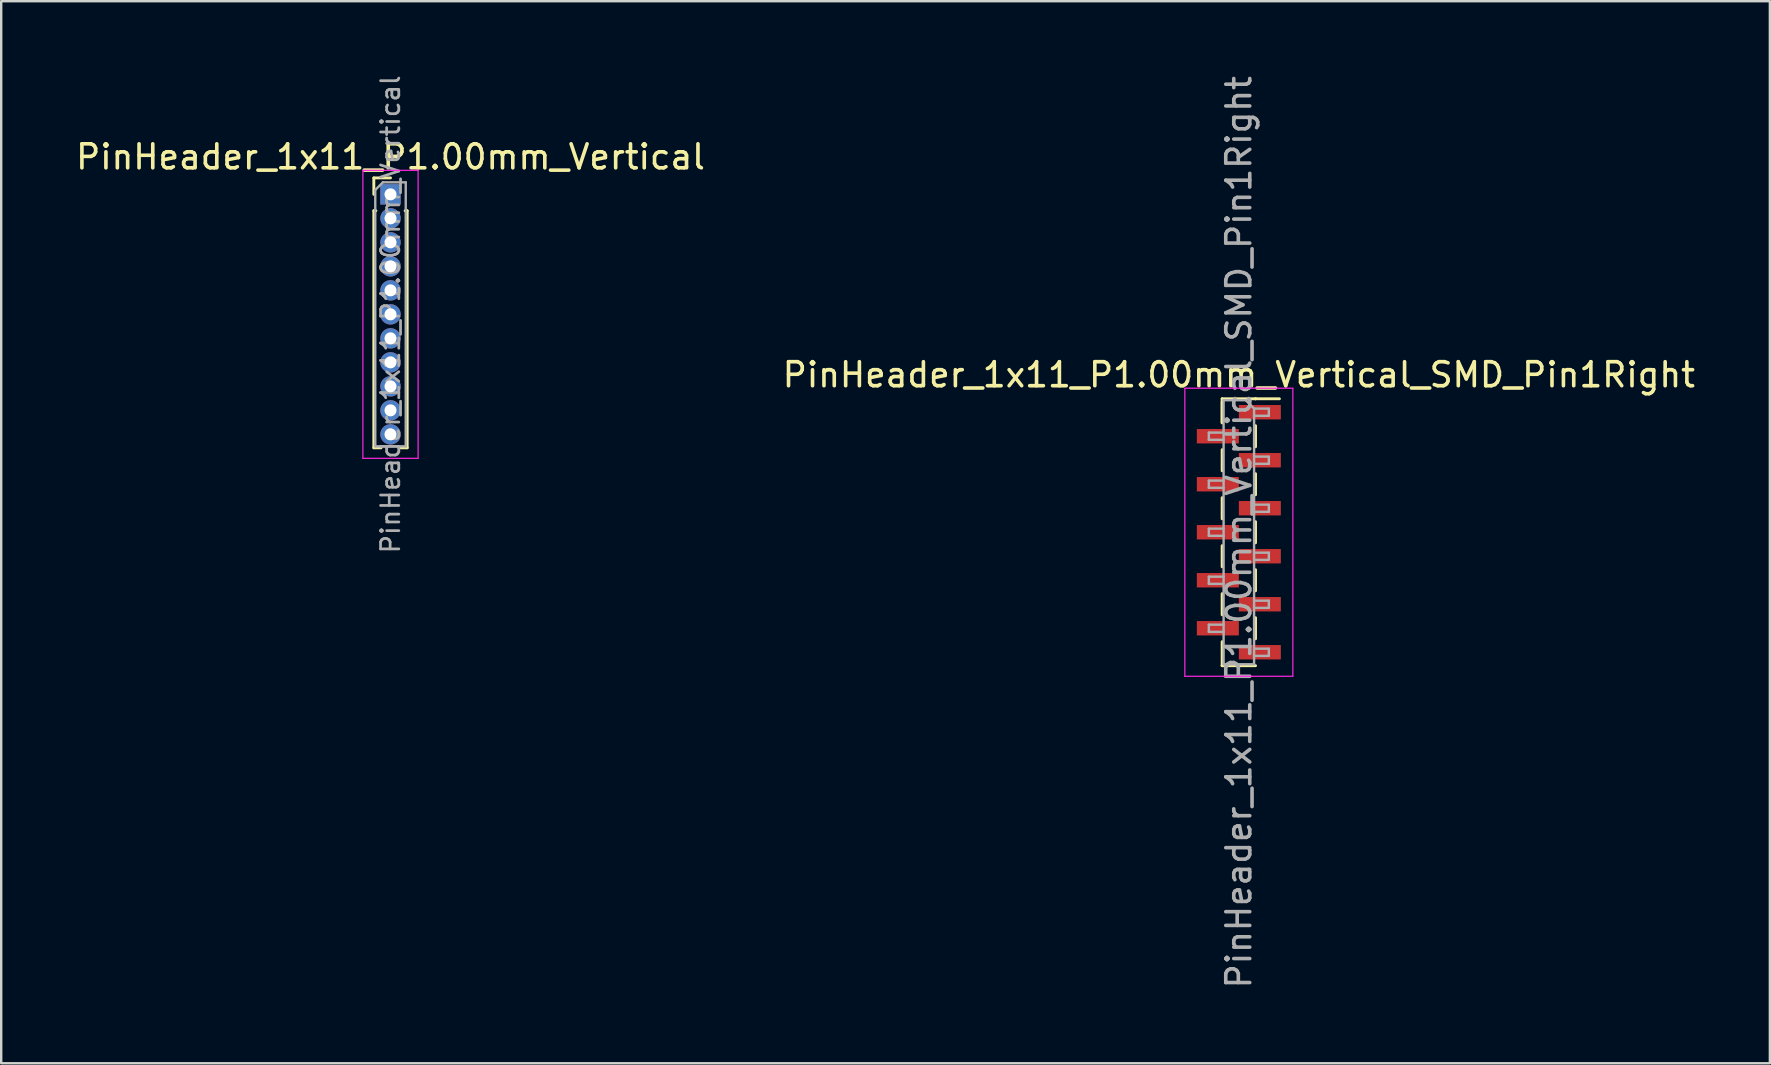
<source format=kicad_pcb>
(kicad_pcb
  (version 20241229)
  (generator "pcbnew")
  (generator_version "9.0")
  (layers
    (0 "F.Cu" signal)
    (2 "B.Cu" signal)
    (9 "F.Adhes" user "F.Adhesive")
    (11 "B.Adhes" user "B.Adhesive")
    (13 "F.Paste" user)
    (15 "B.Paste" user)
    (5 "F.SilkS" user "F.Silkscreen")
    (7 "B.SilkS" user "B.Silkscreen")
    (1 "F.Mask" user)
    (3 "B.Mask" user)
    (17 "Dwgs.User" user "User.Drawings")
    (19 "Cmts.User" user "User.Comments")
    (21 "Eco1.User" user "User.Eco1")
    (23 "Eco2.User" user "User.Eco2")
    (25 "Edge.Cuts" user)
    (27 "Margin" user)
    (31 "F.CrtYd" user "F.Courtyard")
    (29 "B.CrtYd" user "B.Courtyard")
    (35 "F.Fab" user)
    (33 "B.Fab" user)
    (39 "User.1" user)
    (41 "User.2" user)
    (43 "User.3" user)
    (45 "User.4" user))
  (footprint "PinHeader_1x11_P1.00mm_Vertical"
    (layer "F.Cu")
    (at 13.22 5.047)
    (property "Reference" "PinHeader_1x11_P1.00mm_Vertical" (at 0 -1.56 0) (layer "F.SilkS") (effects (font (size 1 1) (thickness 0.15))))
    (attr through_hole)
    (fp_line (start -0.695 -0.685) (end 0 -0.685) (stroke (width 0.12) (type solid)) (layer "F.SilkS"))
    (fp_line (start -0.695 0) (end -0.695 -0.685) (stroke (width 0.12) (type solid)) (layer "F.SilkS"))
    (fp_line (start -0.695 0.685) (end -0.695 10.56) (stroke (width 0.12) (type solid)) (layer "F.SilkS"))
    (fp_line (start -0.695 0.685) (end -0.608 0.685) (stroke (width 0.12) (type solid)) (layer "F.SilkS"))
    (fp_line (start -0.695 10.56) (end -0.394 10.56) (stroke (width 0.12) (type solid)) (layer "F.SilkS"))
    (fp_line (start 0.394 10.56) (end 0.695 10.56) (stroke (width 0.12) (type solid)) (layer "F.SilkS"))
    (fp_line (start 0.608 0.685) (end 0.695 0.685) (stroke (width 0.12) (type solid)) (layer "F.SilkS"))
    (fp_line (start 0.695 0.685) (end 0.695 10.56) (stroke (width 0.12) (type solid)) (layer "F.SilkS"))
    (fp_line (start -1.15 -1) (end -1.15 11) (stroke (width 0.05) (type solid)) (layer "F.CrtYd"))
    (fp_line (start -1.15 11) (end 1.15 11) (stroke (width 0.05) (type solid)) (layer "F.CrtYd"))
    (fp_line (start 1.15 -1) (end -1.15 -1) (stroke (width 0.05) (type solid)) (layer "F.CrtYd"))
    (fp_line (start 1.15 11) (end 1.15 -1) (stroke (width 0.05) (type solid)) (layer "F.CrtYd"))
    (fp_line (start -0.635 -0.182) (end -0.318 -0.5) (stroke (width 0.1) (type solid)) (layer "F.Fab"))
    (fp_line (start -0.635 10.5) (end -0.635 -0.182) (stroke (width 0.1) (type solid)) (layer "F.Fab"))
    (fp_line (start -0.318 -0.5) (end 0.635 -0.5) (stroke (width 0.1) (type solid)) (layer "F.Fab"))
    (fp_line (start 0.635 -0.5) (end 0.635 10.5) (stroke (width 0.1) (type solid)) (layer "F.Fab"))
    (fp_line (start 0.635 10.5) (end -0.635 10.5) (stroke (width 0.1) (type solid)) (layer "F.Fab"))
    (fp_text user "${REFERENCE}" (at 0 5 90) (layer "F.Fab") (effects (font (size 0.76 0.76) (thickness 0.114))))
    (pad "1" thru_hole rect (at 0 0) (size 0.85 0.85) (drill 0.5) (layers "*.Cu" "*.Mask"))
    (pad "2" thru_hole oval (at 0 1) (size 0.85 0.85) (drill 0.5) (layers "*.Cu" "*.Mask"))
    (pad "3" thru_hole oval (at 0 2) (size 0.85 0.85) (drill 0.5) (layers "*.Cu" "*.Mask"))
    (pad "4" thru_hole oval (at 0 3) (size 0.85 0.85) (drill 0.5) (layers "*.Cu" "*.Mask"))
    (pad "5" thru_hole oval (at 0 4) (size 0.85 0.85) (drill 0.5) (layers "*.Cu" "*.Mask"))
    (pad "6" thru_hole oval (at 0 5) (size 0.85 0.85) (drill 0.5) (layers "*.Cu" "*.Mask"))
    (pad "7" thru_hole oval (at 0 6) (size 0.85 0.85) (drill 0.5) (layers "*.Cu" "*.Mask"))
    (pad "8" thru_hole oval (at 0 7) (size 0.85 0.85) (drill 0.5) (layers "*.Cu" "*.Mask"))
    (pad "9" thru_hole oval (at 0 8) (size 0.85 0.85) (drill 0.5) (layers "*.Cu" "*.Mask"))
    (pad "10" thru_hole oval (at 0 9) (size 0.85 0.85) (drill 0.5) (layers "*.Cu" "*.Mask"))
    (pad "11" thru_hole oval (at 0 10) (size 0.85 0.85) (drill 0.5) (layers "*.Cu" "*.Mask")))
  (footprint "PinHeader_1x11_P1.00mm_Vertical_SMD_Pin1Right"
    (layer "F.Cu")
    (at 48.565 19.125)
    (property "Reference" "PinHeader_1x11_P1.00mm_Vertical_SMD_Pin1Right" (at 0 -6.56 0) (layer "F.SilkS") (effects (font (size 1 1) (thickness 0.15))))
    (attr smd)
    (fp_line (start -0.695 -5.56) (end -0.695 -4.56) (stroke (width 0.12) (type solid)) (layer "F.SilkS"))
    (fp_line (start -0.695 -5.56) (end 0.695 -5.56) (stroke (width 0.12) (type solid)) (layer "F.SilkS"))
    (fp_line (start -0.695 -5.44) (end -0.695 -4.56) (stroke (width 0.12) (type solid)) (layer "F.SilkS"))
    (fp_line (start -0.695 -3.44) (end -0.695 -2.56) (stroke (width 0.12) (type solid)) (layer "F.SilkS"))
    (fp_line (start -0.695 -1.44) (end -0.695 -0.56) (stroke (width 0.12) (type solid)) (layer "F.SilkS"))
    (fp_line (start -0.695 0.56) (end -0.695 1.44) (stroke (width 0.12) (type solid)) (layer "F.SilkS"))
    (fp_line (start -0.695 2.56) (end -0.695 3.44) (stroke (width 0.12) (type solid)) (layer "F.SilkS"))
    (fp_line (start -0.695 4.56) (end -0.695 5.56) (stroke (width 0.12) (type solid)) (layer "F.SilkS"))
    (fp_line (start -0.695 5.56) (end -0.695 5.56) (stroke (width 0.12) (type solid)) (layer "F.SilkS"))
    (fp_line (start -0.695 5.56) (end 0.695 5.56) (stroke (width 0.12) (type solid)) (layer "F.SilkS"))
    (fp_line (start 0.695 -5.56) (end 0.695 -5.56) (stroke (width 0.12) (type solid)) (layer "F.SilkS"))
    (fp_line (start 0.695 -5.56) (end 1.69 -5.56) (stroke (width 0.12) (type solid)) (layer "F.SilkS"))
    (fp_line (start 0.695 -4.44) (end 0.695 -3.56) (stroke (width 0.12) (type solid)) (layer "F.SilkS"))
    (fp_line (start 0.695 -2.44) (end 0.695 -1.56) (stroke (width 0.12) (type solid)) (layer "F.SilkS"))
    (fp_line (start 0.695 -0.44) (end 0.695 0.44) (stroke (width 0.12) (type solid)) (layer "F.SilkS"))
    (fp_line (start 0.695 1.56) (end 0.695 2.44) (stroke (width 0.12) (type solid)) (layer "F.SilkS"))
    (fp_line (start 0.695 3.56) (end 0.695 4.44) (stroke (width 0.12) (type solid)) (layer "F.SilkS"))
    (fp_line (start -2.25 -6) (end -2.25 6) (stroke (width 0.05) (type solid)) (layer "F.CrtYd"))
    (fp_line (start -2.25 6) (end 2.25 6) (stroke (width 0.05) (type solid)) (layer "F.CrtYd"))
    (fp_line (start 2.25 -6) (end -2.25 -6) (stroke (width 0.05) (type solid)) (layer "F.CrtYd"))
    (fp_line (start 2.25 6) (end 2.25 -6) (stroke (width 0.05) (type solid)) (layer "F.CrtYd"))
    (fp_line (start -1.25 -4.15) (end -1.25 -3.85) (stroke (width 0.1) (type solid)) (layer "F.Fab"))
    (fp_line (start -1.25 -3.85) (end -0.635 -3.85) (stroke (width 0.1) (type solid)) (layer "F.Fab"))
    (fp_line (start -1.25 -2.15) (end -1.25 -1.85) (stroke (width 0.1) (type solid)) (layer "F.Fab"))
    (fp_line (start -1.25 -1.85) (end -0.635 -1.85) (stroke (width 0.1) (type solid)) (layer "F.Fab"))
    (fp_line (start -1.25 -0.15) (end -1.25 0.15) (stroke (width 0.1) (type solid)) (layer "F.Fab"))
    (fp_line (start -1.25 0.15) (end -0.635 0.15) (stroke (width 0.1) (type solid)) (layer "F.Fab"))
    (fp_line (start -1.25 1.85) (end -1.25 2.15) (stroke (width 0.1) (type solid)) (layer "F.Fab"))
    (fp_line (start -1.25 2.15) (end -0.635 2.15) (stroke (width 0.1) (type solid)) (layer "F.Fab"))
    (fp_line (start -1.25 3.85) (end -1.25 4.15) (stroke (width 0.1) (type solid)) (layer "F.Fab"))
    (fp_line (start -1.25 4.15) (end -0.635 4.15) (stroke (width 0.1) (type solid)) (layer "F.Fab"))
    (fp_line (start -0.635 -5.5) (end -0.635 5.5) (stroke (width 0.1) (type solid)) (layer "F.Fab"))
    (fp_line (start -0.635 -5.5) (end 0.285 -5.5) (stroke (width 0.1) (type solid)) (layer "F.Fab"))
    (fp_line (start -0.635 -4.15) (end -1.25 -4.15) (stroke (width 0.1) (type solid)) (layer "F.Fab"))
    (fp_line (start -0.635 -2.15) (end -1.25 -2.15) (stroke (width 0.1) (type solid)) (layer "F.Fab"))
    (fp_line (start -0.635 -0.15) (end -1.25 -0.15) (stroke (width 0.1) (type solid)) (layer "F.Fab"))
    (fp_line (start -0.635 1.85) (end -1.25 1.85) (stroke (width 0.1) (type solid)) (layer "F.Fab"))
    (fp_line (start -0.635 3.85) (end -1.25 3.85) (stroke (width 0.1) (type solid)) (layer "F.Fab"))
    (fp_line (start 0.635 -5.15) (end 0.285 -5.5) (stroke (width 0.1) (type solid)) (layer "F.Fab"))
    (fp_line (start 0.635 -5.15) (end 1.25 -5.15) (stroke (width 0.1) (type solid)) (layer "F.Fab"))
    (fp_line (start 0.635 -3.15) (end 1.25 -3.15) (stroke (width 0.1) (type solid)) (layer "F.Fab"))
    (fp_line (start 0.635 -1.15) (end 1.25 -1.15) (stroke (width 0.1) (type solid)) (layer "F.Fab"))
    (fp_line (start 0.635 0.85) (end 1.25 0.85) (stroke (width 0.1) (type solid)) (layer "F.Fab"))
    (fp_line (start 0.635 2.85) (end 1.25 2.85) (stroke (width 0.1) (type solid)) (layer "F.Fab"))
    (fp_line (start 0.635 4.85) (end 1.25 4.85) (stroke (width 0.1) (type solid)) (layer "F.Fab"))
    (fp_line (start 0.635 5.5) (end -0.635 5.5) (stroke (width 0.1) (type solid)) (layer "F.Fab"))
    (fp_line (start 0.635 5.5) (end 0.635 -5.15) (stroke (width 0.1) (type solid)) (layer "F.Fab"))
    (fp_line (start 1.25 -5.15) (end 1.25 -4.85) (stroke (width 0.1) (type solid)) (layer "F.Fab"))
    (fp_line (start 1.25 -4.85) (end 0.635 -4.85) (stroke (width 0.1) (type solid)) (layer "F.Fab"))
    (fp_line (start 1.25 -3.15) (end 1.25 -2.85) (stroke (width 0.1) (type solid)) (layer "F.Fab"))
    (fp_line (start 1.25 -2.85) (end 0.635 -2.85) (stroke (width 0.1) (type solid)) (layer "F.Fab"))
    (fp_line (start 1.25 -1.15) (end 1.25 -0.85) (stroke (width 0.1) (type solid)) (layer "F.Fab"))
    (fp_line (start 1.25 -0.85) (end 0.635 -0.85) (stroke (width 0.1) (type solid)) (layer "F.Fab"))
    (fp_line (start 1.25 0.85) (end 1.25 1.15) (stroke (width 0.1) (type solid)) (layer "F.Fab"))
    (fp_line (start 1.25 1.15) (end 0.635 1.15) (stroke (width 0.1) (type solid)) (layer "F.Fab"))
    (fp_line (start 1.25 2.85) (end 1.25 3.15) (stroke (width 0.1) (type solid)) (layer "F.Fab"))
    (fp_line (start 1.25 3.15) (end 0.635 3.15) (stroke (width 0.1) (type solid)) (layer "F.Fab"))
    (fp_line (start 1.25 4.85) (end 1.25 5.15) (stroke (width 0.1) (type solid)) (layer "F.Fab"))
    (fp_line (start 1.25 5.15) (end 0.635 5.15) (stroke (width 0.1) (type solid)) (layer "F.Fab"))
    (fp_text user "${REFERENCE}" (at 0 0 90) (layer "F.Fab") (effects (font (size 1 1) (thickness 0.15))))
    (pad "1" smd rect (at 0.875 -5) (size 1.75 0.6) (layers "F.Cu" "F.Mask" "F.Paste"))
    (pad "2" smd rect (at -0.875 -4) (size 1.75 0.6) (layers "F.Cu" "F.Mask" "F.Paste"))
    (pad "3" smd rect (at 0.875 -3) (size 1.75 0.6) (layers "F.Cu" "F.Mask" "F.Paste"))
    (pad "4" smd rect (at -0.875 -2) (size 1.75 0.6) (layers "F.Cu" "F.Mask" "F.Paste"))
    (pad "5" smd rect (at 0.875 -1) (size 1.75 0.6) (layers "F.Cu" "F.Mask" "F.Paste"))
    (pad "6" smd rect (at -0.875 0) (size 1.75 0.6) (layers "F.Cu" "F.Mask" "F.Paste"))
    (pad "7" smd rect (at 0.875 1) (size 1.75 0.6) (layers "F.Cu" "F.Mask" "F.Paste"))
    (pad "8" smd rect (at -0.875 2) (size 1.75 0.6) (layers "F.Cu" "F.Mask" "F.Paste"))
    (pad "9" smd rect (at 0.875 3) (size 1.75 0.6) (layers "F.Cu" "F.Mask" "F.Paste"))
    (pad "10" smd rect (at -0.875 4) (size 1.75 0.6) (layers "F.Cu" "F.Mask" "F.Paste"))
    (pad "11" smd rect (at 0.875 5) (size 1.75 0.6) (layers "F.Cu" "F.Mask" "F.Paste")))
  (gr_rect
    (start -3 -3)
    (end 70.69 41.25)
    (stroke (width 0.1) (type default))
    (fill no)
    (layer "Edge.Cuts")))
</source>
